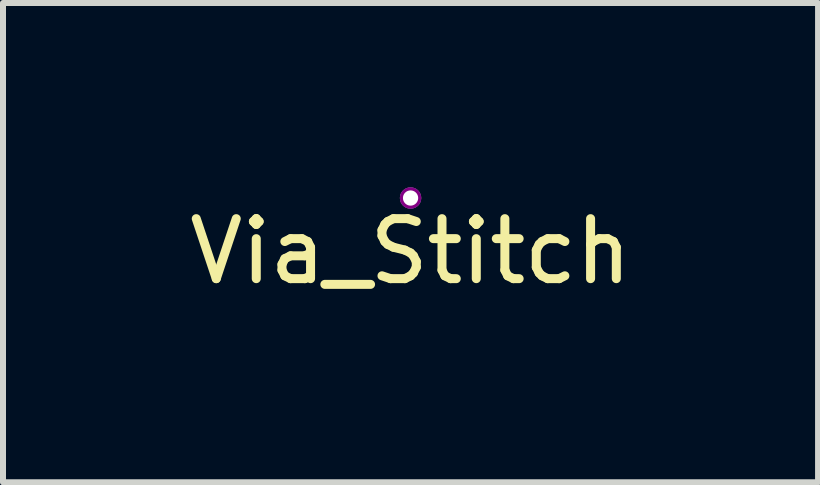
<source format=kicad_pcb>
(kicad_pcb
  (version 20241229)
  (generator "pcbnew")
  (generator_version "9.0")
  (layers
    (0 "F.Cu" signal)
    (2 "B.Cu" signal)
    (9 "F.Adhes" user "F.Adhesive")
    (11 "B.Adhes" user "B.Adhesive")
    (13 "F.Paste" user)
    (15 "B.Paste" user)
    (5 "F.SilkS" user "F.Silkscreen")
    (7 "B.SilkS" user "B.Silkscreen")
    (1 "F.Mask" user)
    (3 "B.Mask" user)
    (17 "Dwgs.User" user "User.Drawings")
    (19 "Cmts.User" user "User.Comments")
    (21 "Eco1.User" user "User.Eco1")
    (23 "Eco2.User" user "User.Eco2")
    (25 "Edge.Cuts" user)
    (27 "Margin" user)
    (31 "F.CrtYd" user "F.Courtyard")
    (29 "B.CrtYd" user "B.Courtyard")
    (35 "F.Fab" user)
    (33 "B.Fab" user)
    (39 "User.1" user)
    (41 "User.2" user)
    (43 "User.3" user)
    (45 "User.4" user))
  (footprint "Via_Stitch"
    (layer "F.Cu")
    (at 3.792 0.25)
    (property "Reference" "Via_Stitch" (at 0 0.889 0) (layer "F.SilkS") (effects (font (size 1 1) (thickness 0.15))))
    (attr through_hole)
    (pad "1" thru_hole circle (at 0 0) (size 0.356 0.356) (drill 0.254) (layers "*.Cu" "F.Adhes")))
  (gr_rect
    (start -3 -3)
    (end 10.583 4.987)
    (stroke (width 0.1) (type default))
    (fill no)
    (layer "Edge.Cuts")))
</source>
